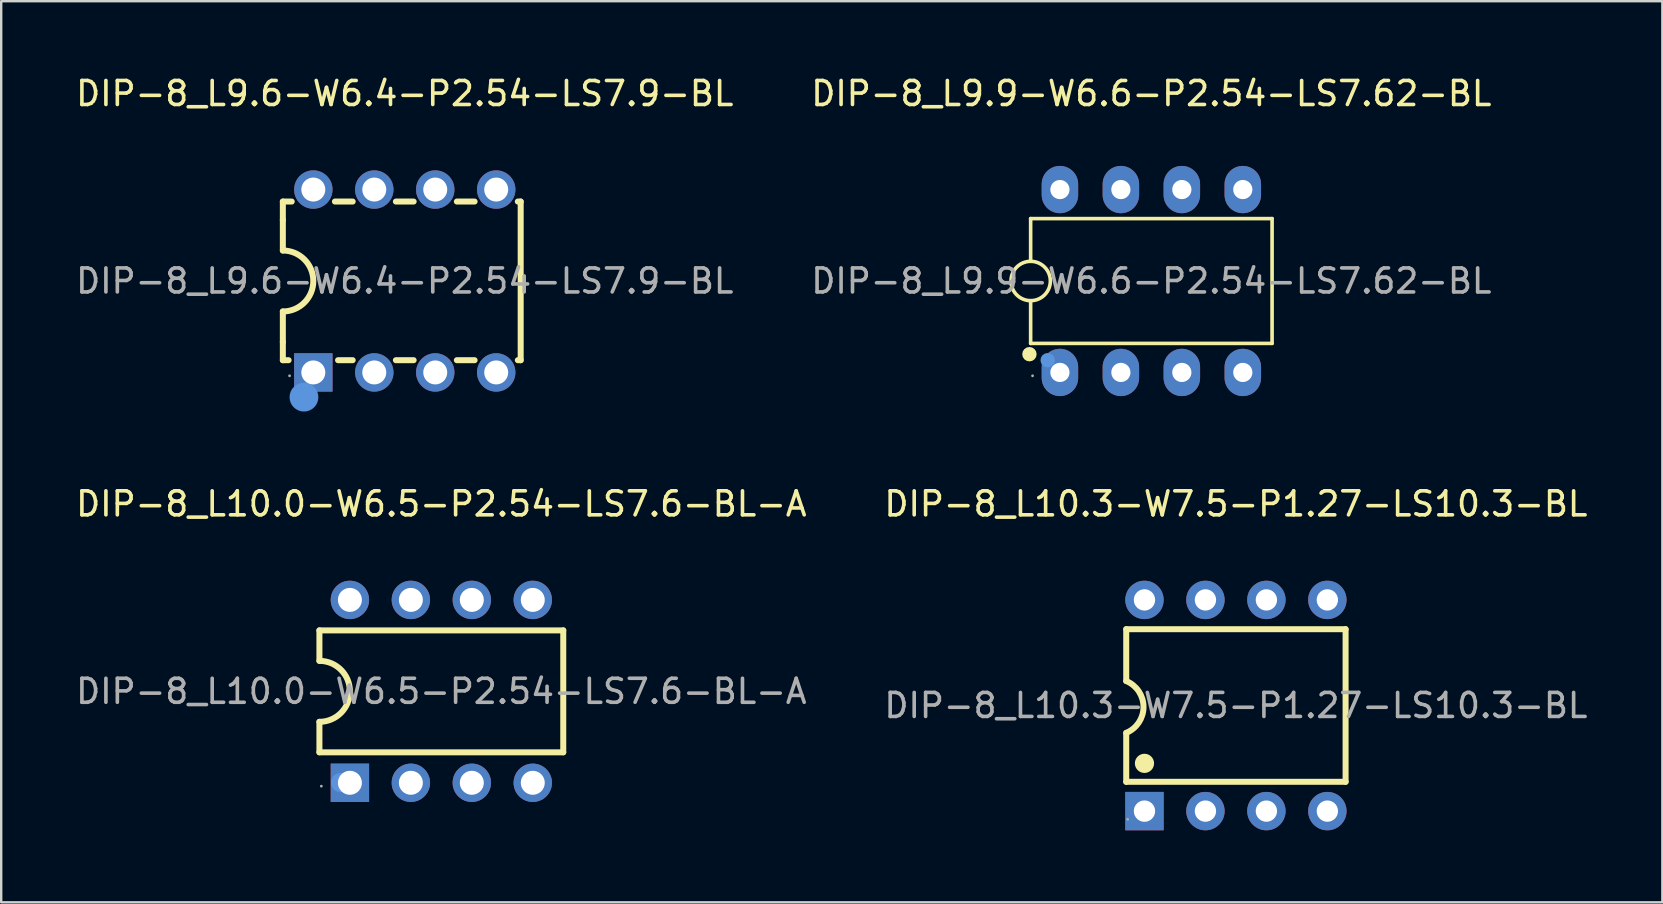
<source format=kicad_pcb>
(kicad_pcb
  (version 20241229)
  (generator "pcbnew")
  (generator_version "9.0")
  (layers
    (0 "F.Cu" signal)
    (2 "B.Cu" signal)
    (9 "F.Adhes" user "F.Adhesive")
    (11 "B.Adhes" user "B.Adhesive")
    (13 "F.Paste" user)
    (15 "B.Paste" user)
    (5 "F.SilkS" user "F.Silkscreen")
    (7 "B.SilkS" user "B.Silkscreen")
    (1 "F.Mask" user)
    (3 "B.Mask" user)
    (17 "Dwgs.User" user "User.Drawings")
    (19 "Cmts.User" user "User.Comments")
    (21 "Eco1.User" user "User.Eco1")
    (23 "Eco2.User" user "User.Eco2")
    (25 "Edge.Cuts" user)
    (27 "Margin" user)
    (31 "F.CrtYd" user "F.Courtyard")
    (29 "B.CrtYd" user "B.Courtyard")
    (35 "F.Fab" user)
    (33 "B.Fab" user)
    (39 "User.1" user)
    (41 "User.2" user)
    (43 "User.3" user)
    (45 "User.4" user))
  (footprint "DIP-8_L10.0-W6.5-P2.54-LS7.6-BL-A"
    (layer "F.Cu")
    (at 15.339 25.756)
    (property "Reference" "DIP-8_L10.0-W6.5-P2.54-LS7.6-BL-A" (at 0 -7.81 0) (layer "F.SilkS") (effects (font (size 1 1) (thickness 0.15))))
    (attr through_hole)
    (fp_line (start -5.08 -1.27) (end -5.08 -2.54) (stroke (width 0.25) (type solid)) (layer "F.SilkS"))
    (fp_line (start -5.08 2.54) (end -5.08 1.27) (stroke (width 0.25) (type solid)) (layer "F.SilkS"))
    (fp_line (start 5.08 -2.54) (end -5.08 -2.54) (stroke (width 0.25) (type solid)) (layer "F.SilkS"))
    (fp_line (start 5.08 2.54) (end -5.08 2.54) (stroke (width 0.25) (type solid)) (layer "F.SilkS"))
    (fp_line (start 5.08 2.54) (end 5.08 -2.54) (stroke (width 0.25) (type solid)) (layer "F.SilkS"))
    (fp_arc (start -5.08 -1.27) (mid -3.81 0) (end -5.08 1.27) (stroke (width 0.25) (type solid)) (layer "F.SilkS"))
    (fp_circle (center -4.2 3.8) (end -4 3.8) (stroke (width 0.4) (type solid)) (fill no) (layer "Cmts.User"))
    (fp_circle (center -5 3.95) (end -4.97 3.95) (stroke (width 0.06) (type solid)) (fill no) (layer "F.Fab"))
    (fp_text user "${REFERENCE}" (at 0 0 0) (layer "F.Fab") (effects (font (size 1 1) (thickness 0.15))))
    (pad "1" thru_hole rect (at -3.81 3.81) (size 1.6 1.6) (drill 1) (layers "*.Cu" "*.Paste" "*.Mask"))
    (pad "2" thru_hole circle (at -1.27 3.81) (size 1.6 1.6) (drill 1) (layers "*.Cu" "*.Paste" "*.Mask"))
    (pad "3" thru_hole circle (at 1.27 3.81) (size 1.6 1.6) (drill 1) (layers "*.Cu" "*.Paste" "*.Mask"))
    (pad "4" thru_hole circle (at 3.81 3.81) (size 1.6 1.6) (drill 1) (layers "*.Cu" "*.Paste" "*.Mask"))
    (pad "5" thru_hole circle (at 3.81 -3.81) (size 1.6 1.6) (drill 1) (layers "*.Cu" "*.Paste" "*.Mask"))
    (pad "6" thru_hole circle (at 1.27 -3.81) (size 1.6 1.6) (drill 1) (layers "*.Cu" "*.Paste" "*.Mask"))
    (pad "7" thru_hole circle (at -1.27 -3.81) (size 1.6 1.6) (drill 1) (layers "*.Cu" "*.Paste" "*.Mask"))
    (pad "8" thru_hole circle (at -3.81 -3.81) (size 1.6 1.6) (drill 1) (layers "*.Cu" "*.Paste" "*.Mask")))
  (footprint "DIP-8_L9.9-W6.6-P2.54-LS7.62-BL"
    (layer "F.Cu")
    (at 44.923 8.658)
    (property "Reference" "DIP-8_L9.9-W6.6-P2.54-LS7.62-BL" (at 0 -7.81 0) (layer "F.SilkS") (effects (font (size 1 1) (thickness 0.15))))
    (attr through_hole)
    (fp_line (start -5.03 -2.6) (end -5.03 -0.82) (stroke (width 0.15) (type solid)) (layer "F.SilkS"))
    (fp_line (start -5.03 0.82) (end -5.03 2.6) (stroke (width 0.15) (type solid)) (layer "F.SilkS"))
    (fp_line (start -5.03 2.6) (end 5.03 2.6) (stroke (width 0.15) (type solid)) (layer "F.SilkS"))
    (fp_line (start 5.03 -2.6) (end -5.03 -2.6) (stroke (width 0.15) (type solid)) (layer "F.SilkS"))
    (fp_line (start 5.03 2.6) (end 5.03 -2.6) (stroke (width 0.15) (type solid)) (layer "F.SilkS"))
    (fp_arc (start -5.015689 -0.819875) (mid -5.037156 0.819969) (end -5.03 -0.82) (stroke (width 0.15) (type solid)) (layer "F.SilkS"))
    (fp_circle (center -5.08 3.05) (end -4.93 3.05) (stroke (width 0.3) (type solid)) (fill no) (layer "F.SilkS"))
    (fp_circle (center -4.32 3.3) (end -4.17 3.3) (stroke (width 0.3) (type solid)) (fill no) (layer "Cmts.User"))
    (fp_circle (center -4.95 3.95) (end -4.92 3.95) (stroke (width 0.06) (type solid)) (fill no) (layer "F.Fab"))
    (fp_circle (center -3.81 -3.72) (end -3.7 -3.72) (stroke (width 0.22) (type solid)) (fill no) (layer "F.Fab"))
    (fp_circle (center -3.81 3.72) (end -3.7 3.72) (stroke (width 0.22) (type solid)) (fill no) (layer "F.Fab"))
    (fp_circle (center -1.27 -3.72) (end -1.16 -3.72) (stroke (width 0.22) (type solid)) (fill no) (layer "F.Fab"))
    (fp_circle (center -1.27 3.72) (end -1.16 3.72) (stroke (width 0.22) (type solid)) (fill no) (layer "F.Fab"))
    (fp_circle (center 1.27 -3.72) (end 1.38 -3.72) (stroke (width 0.22) (type solid)) (fill no) (layer "F.Fab"))
    (fp_circle (center 1.27 3.72) (end 1.38 3.72) (stroke (width 0.22) (type solid)) (fill no) (layer "F.Fab"))
    (fp_circle (center 3.81 -3.72) (end 3.92 -3.72) (stroke (width 0.22) (type solid)) (fill no) (layer "F.Fab"))
    (fp_circle (center 3.81 3.72) (end 3.92 3.72) (stroke (width 0.22) (type solid)) (fill no) (layer "F.Fab"))
    (fp_text user "${REFERENCE}" (at 0 0 0) (layer "F.Fab") (effects (font (size 1 1) (thickness 0.15))))
    (pad "1" thru_hole oval (at -3.81 3.81) (size 1.52 1.97) (drill 0.8) (layers "*.Cu" "*.Paste" "*.Mask"))
    (pad "2" thru_hole oval (at -1.27 3.81) (size 1.52 1.97) (drill 0.8) (layers "*.Cu" "*.Paste" "*.Mask"))
    (pad "3" thru_hole oval (at 1.27 3.81) (size 1.52 1.97) (drill 0.8) (layers "*.Cu" "*.Paste" "*.Mask"))
    (pad "4" thru_hole oval (at 3.81 3.81) (size 1.52 1.97) (drill 0.8) (layers "*.Cu" "*.Paste" "*.Mask"))
    (pad "5" thru_hole oval (at 3.81 -3.81) (size 1.52 1.97) (drill 0.8) (layers "*.Cu" "*.Paste" "*.Mask"))
    (pad "6" thru_hole oval (at 1.27 -3.81) (size 1.52 1.97) (drill 0.8) (layers "*.Cu" "*.Paste" "*.Mask"))
    (pad "7" thru_hole oval (at -1.27 -3.81) (size 1.52 1.97) (drill 0.8) (layers "*.Cu" "*.Paste" "*.Mask"))
    (pad "8" thru_hole oval (at -3.81 -3.81) (size 1.52 1.97) (drill 0.8) (layers "*.Cu" "*.Paste" "*.Mask")))
  (footprint "DIP-8_L9.6-W6.4-P2.54-LS7.9-BL"
    (layer "F.Cu")
    (at 13.815 8.658)
    (property "Reference" "DIP-8_L9.6-W6.4-P2.54-LS7.9-BL" (at 0 -7.81 0) (layer "F.SilkS") (effects (font (size 1 1) (thickness 0.15))))
    (attr through_hole)
    (fp_line (start -5.08 -3.31) (end -4.71 -3.31) (stroke (width 0.25) (type solid)) (layer "F.SilkS"))
    (fp_line (start -5.08 -2.54) (end -5.08 -3.31) (stroke (width 0.25) (type solid)) (layer "F.SilkS"))
    (fp_line (start -5.08 -1.27) (end -5.08 -2.54) (stroke (width 0.25) (type solid)) (layer "F.SilkS"))
    (fp_line (start -5.08 2.54) (end -5.08 1.27) (stroke (width 0.25) (type solid)) (layer "F.SilkS"))
    (fp_line (start -5.08 3.3) (end -5.08 2.54) (stroke (width 0.25) (type solid)) (layer "F.SilkS"))
    (fp_line (start -4.84 3.3) (end -5.08 3.3) (stroke (width 0.25) (type solid)) (layer "F.SilkS"))
    (fp_line (start -2.91 -3.31) (end -2.17 -3.31) (stroke (width 0.25) (type solid)) (layer "F.SilkS"))
    (fp_line (start -2.17 3.3) (end -2.78 3.3) (stroke (width 0.25) (type solid)) (layer "F.SilkS"))
    (fp_line (start -0.37 -3.31) (end 0.37 -3.31) (stroke (width 0.25) (type solid)) (layer "F.SilkS"))
    (fp_line (start 0.37 3.3) (end -0.37 3.3) (stroke (width 0.25) (type solid)) (layer "F.SilkS"))
    (fp_line (start 2.17 -3.31) (end 2.91 -3.31) (stroke (width 0.25) (type solid)) (layer "F.SilkS"))
    (fp_line (start 2.91 3.3) (end 2.17 3.3) (stroke (width 0.25) (type solid)) (layer "F.SilkS"))
    (fp_line (start 4.71 -3.31) (end 4.83 -3.31) (stroke (width 0.25) (type solid)) (layer "F.SilkS"))
    (fp_line (start 4.83 -3.31) (end 4.83 3.3) (stroke (width 0.25) (type solid)) (layer "F.SilkS"))
    (fp_line (start 4.83 3.3) (end 4.71 3.3) (stroke (width 0.25) (type solid)) (layer "F.SilkS"))
    (fp_arc (start -5.08 -1.27) (mid -3.81 0) (end -5.08 1.27) (stroke (width 0.25) (type solid)) (layer "F.SilkS"))
    (fp_circle (center -4.2 4.84) (end -3.9 4.84) (stroke (width 0.6) (type solid)) (fill no) (layer "Cmts.User"))
    (fp_circle (center -4.8 3.95) (end -4.77 3.95) (stroke (width 0.06) (type solid)) (fill no) (layer "F.Fab"))
    (fp_text user "${REFERENCE}" (at 0 0 0) (layer "F.Fab") (effects (font (size 1 1) (thickness 0.15))))
    (pad "1" thru_hole rect (at -3.81 3.81) (size 1.6 1.6) (drill 1) (layers "*.Cu" "*.Paste" "*.Mask"))
    (pad "2" thru_hole circle (at -1.27 3.81) (size 1.6 1.6) (drill 1) (layers "*.Cu" "*.Paste" "*.Mask"))
    (pad "3" thru_hole circle (at 1.27 3.81) (size 1.6 1.6) (drill 1) (layers "*.Cu" "*.Paste" "*.Mask"))
    (pad "4" thru_hole circle (at 3.81 3.81) (size 1.6 1.6) (drill 1) (layers "*.Cu" "*.Paste" "*.Mask"))
    (pad "5" thru_hole circle (at 3.81 -3.81) (size 1.6 1.6) (drill 1) (layers "*.Cu" "*.Paste" "*.Mask"))
    (pad "6" thru_hole circle (at 1.27 -3.81) (size 1.6 1.6) (drill 1) (layers "*.Cu" "*.Paste" "*.Mask"))
    (pad "7" thru_hole circle (at -1.27 -3.81) (size 1.6 1.6) (drill 1) (layers "*.Cu" "*.Paste" "*.Mask"))
    (pad "8" thru_hole circle (at -3.81 -3.81) (size 1.6 1.6) (drill 1) (layers "*.Cu" "*.Paste" "*.Mask")))
  (footprint "DIP-8_L10.3-W7.5-P1.27-LS10.3-BL"
    (layer "F.Cu")
    (at 48.446 26.346)
    (property "Reference" "DIP-8_L10.3-W7.5-P1.27-LS10.3-BL" (at 0 -8.4 0) (layer "F.SilkS") (effects (font (size 1 1) (thickness 0.15))))
    (attr through_hole)
    (fp_line (start -4.57 -1.02) (end -4.57 -3.18) (stroke (width 0.25) (type solid)) (layer "F.SilkS"))
    (fp_line (start -4.57 1.14) (end -4.57 3.18) (stroke (width 0.25) (type solid)) (layer "F.SilkS"))
    (fp_line (start -4.57 3.18) (end 4.57 3.18) (stroke (width 0.25) (type solid)) (layer "F.SilkS"))
    (fp_line (start 4.57 -3.18) (end -4.57 -3.18) (stroke (width 0.25) (type solid)) (layer "F.SilkS"))
    (fp_line (start 4.57 3.18) (end 4.57 -3.18) (stroke (width 0.25) (type solid)) (layer "F.SilkS"))
    (fp_arc (start -4.57 -1.02) (mid -3.85 0.059997) (end -4.569995 1.139998) (stroke (width 0.25) (type solid)) (layer "F.SilkS"))
    (fp_circle (center -3.81 2.41) (end -3.61 2.41) (stroke (width 0.4) (type solid)) (fill no) (layer "F.SilkS"))
    (fp_circle (center -3.81 4.45) (end -3.61 4.45) (stroke (width 0.4) (type solid)) (fill no) (layer "Cmts.User"))
    (fp_circle (center -4.51 4.74) (end -4.48 4.74) (stroke (width 0.06) (type solid)) (fill no) (layer "F.Fab"))
    (fp_circle (center -3.81 -4.22) (end -3.72 -4.22) (stroke (width 0.18) (type solid)) (fill no) (layer "F.Fab"))
    (fp_circle (center -3.81 4.22) (end -3.72 4.22) (stroke (width 0.18) (type solid)) (fill no) (layer "F.Fab"))
    (fp_circle (center -1.27 -4.22) (end -1.18 -4.22) (stroke (width 0.18) (type solid)) (fill no) (layer "F.Fab"))
    (fp_circle (center -1.27 4.22) (end -1.18 4.22) (stroke (width 0.18) (type solid)) (fill no) (layer "F.Fab"))
    (fp_circle (center 1.27 -4.22) (end 1.36 -4.22) (stroke (width 0.18) (type solid)) (fill no) (layer "F.Fab"))
    (fp_circle (center 1.27 4.22) (end 1.36 4.22) (stroke (width 0.18) (type solid)) (fill no) (layer "F.Fab"))
    (fp_circle (center 3.81 -4.22) (end 3.9 -4.22) (stroke (width 0.18) (type solid)) (fill no) (layer "F.Fab"))
    (fp_circle (center 3.81 4.22) (end 3.9 4.22) (stroke (width 0.18) (type solid)) (fill no) (layer "F.Fab"))
    (fp_text user "${REFERENCE}" (at 0 0 0) (layer "F.Fab") (effects (font (size 1 1) (thickness 0.15))))
    (pad "1" thru_hole rect (at -3.81 4.4) (size 1.6 1.6) (drill 0.889) (layers "*.Cu" "*.Paste" "*.Mask"))
    (pad "2" thru_hole circle (at -1.27 4.4) (size 1.6 1.6) (drill 0.889) (layers "*.Cu" "*.Paste" "*.Mask"))
    (pad "3" thru_hole circle (at 1.27 4.4) (size 1.6 1.6) (drill 0.889) (layers "*.Cu" "*.Paste" "*.Mask"))
    (pad "4" thru_hole circle (at 3.81 4.4) (size 1.6 1.6) (drill 0.889) (layers "*.Cu" "*.Paste" "*.Mask"))
    (pad "5" thru_hole circle (at 3.81 -4.4) (size 1.6 1.6) (drill 0.889) (layers "*.Cu" "*.Paste" "*.Mask"))
    (pad "6" thru_hole circle (at 1.27 -4.4) (size 1.6 1.6) (drill 0.889) (layers "*.Cu" "*.Paste" "*.Mask"))
    (pad "7" thru_hole circle (at -1.27 -4.4) (size 1.6 1.6) (drill 0.889) (layers "*.Cu" "*.Paste" "*.Mask"))
    (pad "8" thru_hole circle (at -3.81 -4.4) (size 1.6 1.6) (drill 0.889) (layers "*.Cu" "*.Paste" "*.Mask")))
  (gr_rect
    (start -3 -3)
    (end 66.214 34.547)
    (stroke (width 0.1) (type default))
    (fill no)
    (layer "Edge.Cuts")))
</source>
